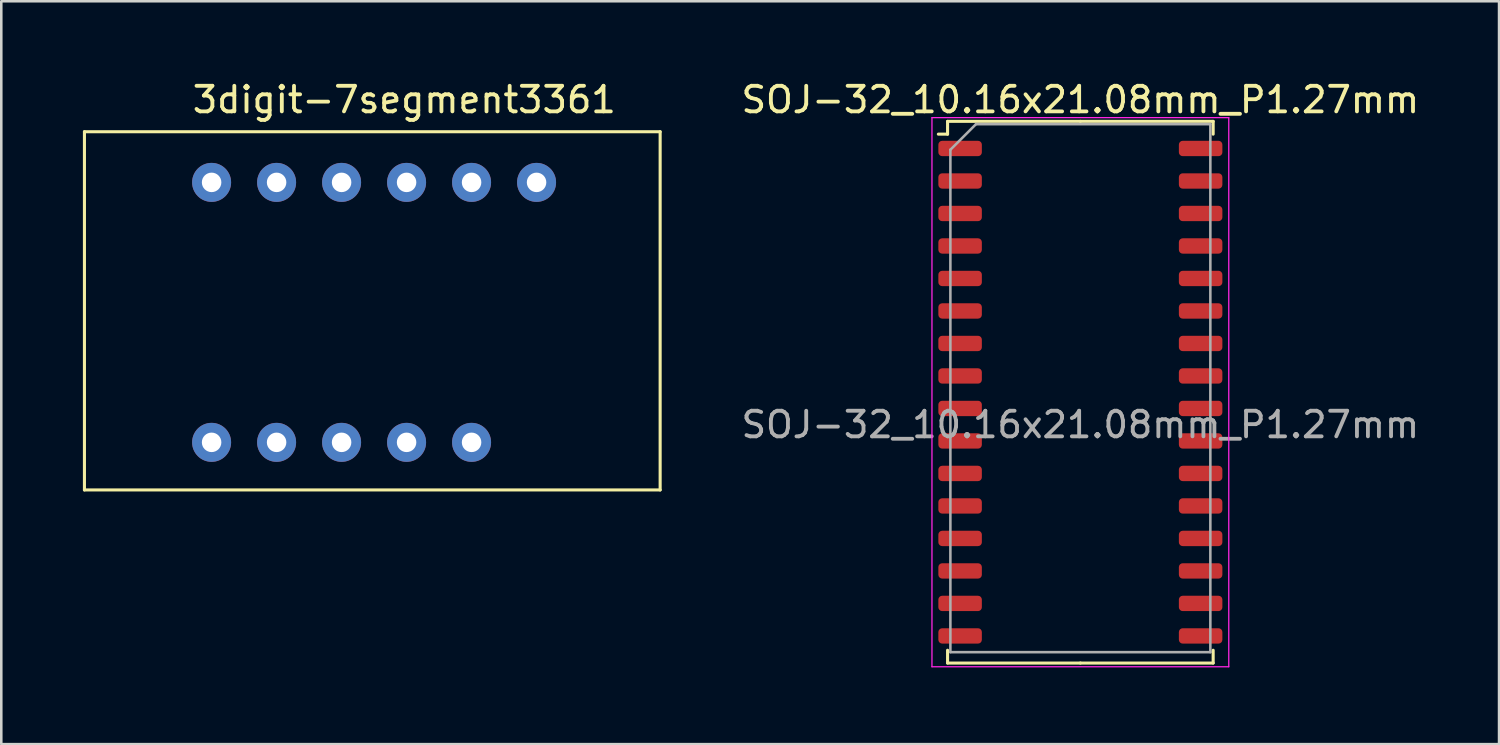
<source format=kicad_pcb>
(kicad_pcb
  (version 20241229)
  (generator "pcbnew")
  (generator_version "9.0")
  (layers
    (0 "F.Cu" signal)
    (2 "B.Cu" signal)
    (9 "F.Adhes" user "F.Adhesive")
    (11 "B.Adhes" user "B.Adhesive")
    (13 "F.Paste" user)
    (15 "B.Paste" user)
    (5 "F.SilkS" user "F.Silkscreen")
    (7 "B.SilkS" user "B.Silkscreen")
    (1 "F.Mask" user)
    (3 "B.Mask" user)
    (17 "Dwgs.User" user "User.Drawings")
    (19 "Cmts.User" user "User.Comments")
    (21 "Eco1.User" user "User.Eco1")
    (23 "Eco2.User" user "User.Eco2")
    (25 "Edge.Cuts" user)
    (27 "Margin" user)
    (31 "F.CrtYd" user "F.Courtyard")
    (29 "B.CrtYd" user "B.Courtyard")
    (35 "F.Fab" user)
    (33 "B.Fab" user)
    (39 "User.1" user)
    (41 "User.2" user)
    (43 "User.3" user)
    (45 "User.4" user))
  (footprint "3digit-7segment3361"
    (layer "F.Cu")
    (at 0.25 2.098)
    (property "Reference" "3digit-7segment3361" (at 12.5 -1.25 0) (layer "F.SilkS") (effects (font (size 1 1) (thickness 0.15))))
    (attr through_hole)
    (fp_line (start 0 0) (end 0 14) (stroke (width 0.12) (type solid)) (layer "F.SilkS"))
    (fp_line (start 0 14) (end 22.5 14) (stroke (width 0.12) (type solid)) (layer "F.SilkS"))
    (fp_line (start 22.5 0) (end 0 0) (stroke (width 0.12) (type solid)) (layer "F.SilkS"))
    (fp_line (start 22.5 14) (end 22.5 0) (stroke (width 0.12) (type solid)) (layer "F.SilkS"))
    (pad "1" thru_hole circle (at 4.97 12.14) (size 1.524 1.524) (drill 0.762) (layers "*.Cu" "*.Mask"))
    (pad "2" thru_hole circle (at 7.51 12.14) (size 1.524 1.524) (drill 0.762) (layers "*.Cu" "*.Mask"))
    (pad "3" thru_hole circle (at 10.05 12.14) (size 1.524 1.524) (drill 0.762) (layers "*.Cu" "*.Mask"))
    (pad "4" thru_hole circle (at 12.59 12.14) (size 1.524 1.524) (drill 0.762) (layers "*.Cu" "*.Mask"))
    (pad "5" thru_hole circle (at 15.13 12.14) (size 1.524 1.524) (drill 0.762) (layers "*.Cu" "*.Mask"))
    (pad "7" thru_hole circle (at 4.97 1.98) (size 1.524 1.524) (drill 0.762) (layers "*.Cu" "*.Mask"))
    (pad "8" thru_hole circle (at 7.51 1.98) (size 1.524 1.524) (drill 0.762) (layers "*.Cu" "*.Mask"))
    (pad "9" thru_hole circle (at 10.05 1.98) (size 1.524 1.524) (drill 0.762) (layers "*.Cu" "*.Mask"))
    (pad "10" thru_hole circle (at 12.59 1.98) (size 1.524 1.524) (drill 0.762) (layers "*.Cu" "*.Mask"))
    (pad "11" thru_hole circle (at 15.13 1.98) (size 1.524 1.524) (drill 0.762) (layers "*.Cu" "*.Mask"))
    (pad "12" thru_hole circle (at 17.67 1.98) (size 1.524 1.524) (drill 0.762) (layers "*.Cu" "*.Mask")))
  (footprint "SOJ-32_10.16x21.08mm_P1.27mm"
    (layer "F.Cu")
    (at 39.173 13.548)
    (property "Reference" "SOJ-32_10.16x21.08mm_P1.27mm" (at 0 -12.7 0) (layer "F.SilkS") (effects (font (size 1 1) (thickness 0.15))))
    (attr smd)
    (fp_line (start -5.19 -11.855) (end -5.19 -11.355) (stroke (width 0.12) (type solid)) (layer "F.SilkS"))
    (fp_line (start -5.19 -11.355) (end -5.55 -11.355) (stroke (width 0.12) (type solid)) (layer "F.SilkS"))
    (fp_line (start -5.19 9.315) (end -5.19 8.815) (stroke (width 0.12) (type solid)) (layer "F.SilkS"))
    (fp_line (start 0 -11.855) (end -5.19 -11.855) (stroke (width 0.12) (type solid)) (layer "F.SilkS"))
    (fp_line (start 0 -11.855) (end 5.19 -11.855) (stroke (width 0.12) (type solid)) (layer "F.SilkS"))
    (fp_line (start 0 9.315) (end -5.19 9.315) (stroke (width 0.12) (type solid)) (layer "F.SilkS"))
    (fp_line (start 0 9.315) (end 5.19 9.315) (stroke (width 0.12) (type solid)) (layer "F.SilkS"))
    (fp_line (start 5.19 -11.855) (end 5.19 -11.355) (stroke (width 0.12) (type solid)) (layer "F.SilkS"))
    (fp_line (start 5.19 9.315) (end 5.19 8.815) (stroke (width 0.12) (type solid)) (layer "F.SilkS"))
    (fp_line (start -5.8 -12) (end -5.8 9.46) (stroke (width 0.05) (type solid)) (layer "F.CrtYd"))
    (fp_line (start -5.8 9.46) (end 5.8 9.46) (stroke (width 0.05) (type solid)) (layer "F.CrtYd"))
    (fp_line (start 5.8 -12) (end -5.8 -12) (stroke (width 0.05) (type solid)) (layer "F.CrtYd"))
    (fp_line (start 5.8 9.46) (end 5.8 -12) (stroke (width 0.05) (type solid)) (layer "F.CrtYd"))
    (fp_line (start -5.08 -10.745) (end -4.08 -11.745) (stroke (width 0.1) (type solid)) (layer "F.Fab"))
    (fp_line (start -5.08 8.89) (end -5.08 -10.745) (stroke (width 0.1) (type solid)) (layer "F.Fab"))
    (fp_line (start -4.08 -11.745) (end 5.08 -11.745) (stroke (width 0.1) (type solid)) (layer "F.Fab"))
    (fp_line (start 5.08 -11.745) (end 5.08 8.89) (stroke (width 0.1) (type solid)) (layer "F.Fab"))
    (fp_line (start 5.08 8.89) (end -5.08 8.89) (stroke (width 0.1) (type solid)) (layer "F.Fab"))
    (fp_text user "${REFERENCE}" (at 0 0 0) (layer "F.Fab") (effects (font (size 1 1) (thickness 0.15))))
    (pad "1" smd roundrect (at -4.7 -10.795) (size 1.7 0.6) (layers "F.Cu" "F.Mask" "F.Paste") (roundrect_rratio 0.25))
    (pad "2" smd roundrect (at -4.7 -9.525) (size 1.7 0.6) (layers "F.Cu" "F.Mask" "F.Paste") (roundrect_rratio 0.25))
    (pad "3" smd roundrect (at -4.7 -8.255) (size 1.7 0.6) (layers "F.Cu" "F.Mask" "F.Paste") (roundrect_rratio 0.25))
    (pad "4" smd roundrect (at -4.7 -6.985) (size 1.7 0.6) (layers "F.Cu" "F.Mask" "F.Paste") (roundrect_rratio 0.25))
    (pad "5" smd roundrect (at -4.7 -5.715) (size 1.7 0.6) (layers "F.Cu" "F.Mask" "F.Paste") (roundrect_rratio 0.25))
    (pad "6" smd roundrect (at -4.7 -4.445) (size 1.7 0.6) (layers "F.Cu" "F.Mask" "F.Paste") (roundrect_rratio 0.25))
    (pad "7" smd roundrect (at -4.7 -3.175) (size 1.7 0.6) (layers "F.Cu" "F.Mask" "F.Paste") (roundrect_rratio 0.25))
    (pad "8" smd roundrect (at -4.7 -1.905) (size 1.7 0.6) (layers "F.Cu" "F.Mask" "F.Paste") (roundrect_rratio 0.25))
    (pad "9" smd roundrect (at -4.7 -0.635) (size 1.7 0.6) (layers "F.Cu" "F.Mask" "F.Paste") (roundrect_rratio 0.25))
    (pad "10" smd roundrect (at -4.7 0.635) (size 1.7 0.6) (layers "F.Cu" "F.Mask" "F.Paste") (roundrect_rratio 0.25))
    (pad "11" smd roundrect (at -4.7 1.905) (size 1.7 0.6) (layers "F.Cu" "F.Mask" "F.Paste") (roundrect_rratio 0.25))
    (pad "12" smd roundrect (at -4.7 3.175) (size 1.7 0.6) (layers "F.Cu" "F.Mask" "F.Paste") (roundrect_rratio 0.25))
    (pad "13" smd roundrect (at -4.7 4.445) (size 1.7 0.6) (layers "F.Cu" "F.Mask" "F.Paste") (roundrect_rratio 0.25))
    (pad "14" smd roundrect (at -4.7 5.715) (size 1.7 0.6) (layers "F.Cu" "F.Mask" "F.Paste") (roundrect_rratio 0.25))
    (pad "15" smd roundrect (at -4.7 6.985) (size 1.7 0.6) (layers "F.Cu" "F.Mask" "F.Paste") (roundrect_rratio 0.25))
    (pad "16" smd roundrect (at -4.7 8.255) (size 1.7 0.6) (layers "F.Cu" "F.Mask" "F.Paste") (roundrect_rratio 0.25))
    (pad "17" smd roundrect (at 4.7 8.255) (size 1.7 0.6) (layers "F.Cu" "F.Mask" "F.Paste") (roundrect_rratio 0.25))
    (pad "18" smd roundrect (at 4.7 6.985) (size 1.7 0.6) (layers "F.Cu" "F.Mask" "F.Paste") (roundrect_rratio 0.25))
    (pad "19" smd roundrect (at 4.7 5.715) (size 1.7 0.6) (layers "F.Cu" "F.Mask" "F.Paste") (roundrect_rratio 0.25))
    (pad "20" smd roundrect (at 4.7 4.445) (size 1.7 0.6) (layers "F.Cu" "F.Mask" "F.Paste") (roundrect_rratio 0.25))
    (pad "21" smd roundrect (at 4.7 3.175) (size 1.7 0.6) (layers "F.Cu" "F.Mask" "F.Paste") (roundrect_rratio 0.25))
    (pad "22" smd roundrect (at 4.7 1.905) (size 1.7 0.6) (layers "F.Cu" "F.Mask" "F.Paste") (roundrect_rratio 0.25))
    (pad "23" smd roundrect (at 4.7 0.635) (size 1.7 0.6) (layers "F.Cu" "F.Mask" "F.Paste") (roundrect_rratio 0.25))
    (pad "24" smd roundrect (at 4.7 -0.635) (size 1.7 0.6) (layers "F.Cu" "F.Mask" "F.Paste") (roundrect_rratio 0.25))
    (pad "25" smd roundrect (at 4.7 -1.905) (size 1.7 0.6) (layers "F.Cu" "F.Mask" "F.Paste") (roundrect_rratio 0.25))
    (pad "26" smd roundrect (at 4.7 -3.175) (size 1.7 0.6) (layers "F.Cu" "F.Mask" "F.Paste") (roundrect_rratio 0.25))
    (pad "27" smd roundrect (at 4.7 -4.445) (size 1.7 0.6) (layers "F.Cu" "F.Mask" "F.Paste") (roundrect_rratio 0.25))
    (pad "28" smd roundrect (at 4.7 -5.715) (size 1.7 0.6) (layers "F.Cu" "F.Mask" "F.Paste") (roundrect_rratio 0.25))
    (pad "29" smd roundrect (at 4.7 -6.985) (size 1.7 0.6) (layers "F.Cu" "F.Mask" "F.Paste") (roundrect_rratio 0.25))
    (pad "30" smd roundrect (at 4.7 -8.255) (size 1.7 0.6) (layers "F.Cu" "F.Mask" "F.Paste") (roundrect_rratio 0.25))
    (pad "31" smd roundrect (at 4.7 -9.525) (size 1.7 0.6) (layers "F.Cu" "F.Mask" "F.Paste") (roundrect_rratio 0.25))
    (pad "32" smd roundrect (at 4.7 -10.795) (size 1.7 0.6) (layers "F.Cu" "F.Mask" "F.Paste") (roundrect_rratio 0.25)))
  (gr_rect
    (start -3 -3)
    (end 55.536 26.033)
    (stroke (width 0.1) (type default))
    (fill no)
    (layer "Edge.Cuts")))
</source>
